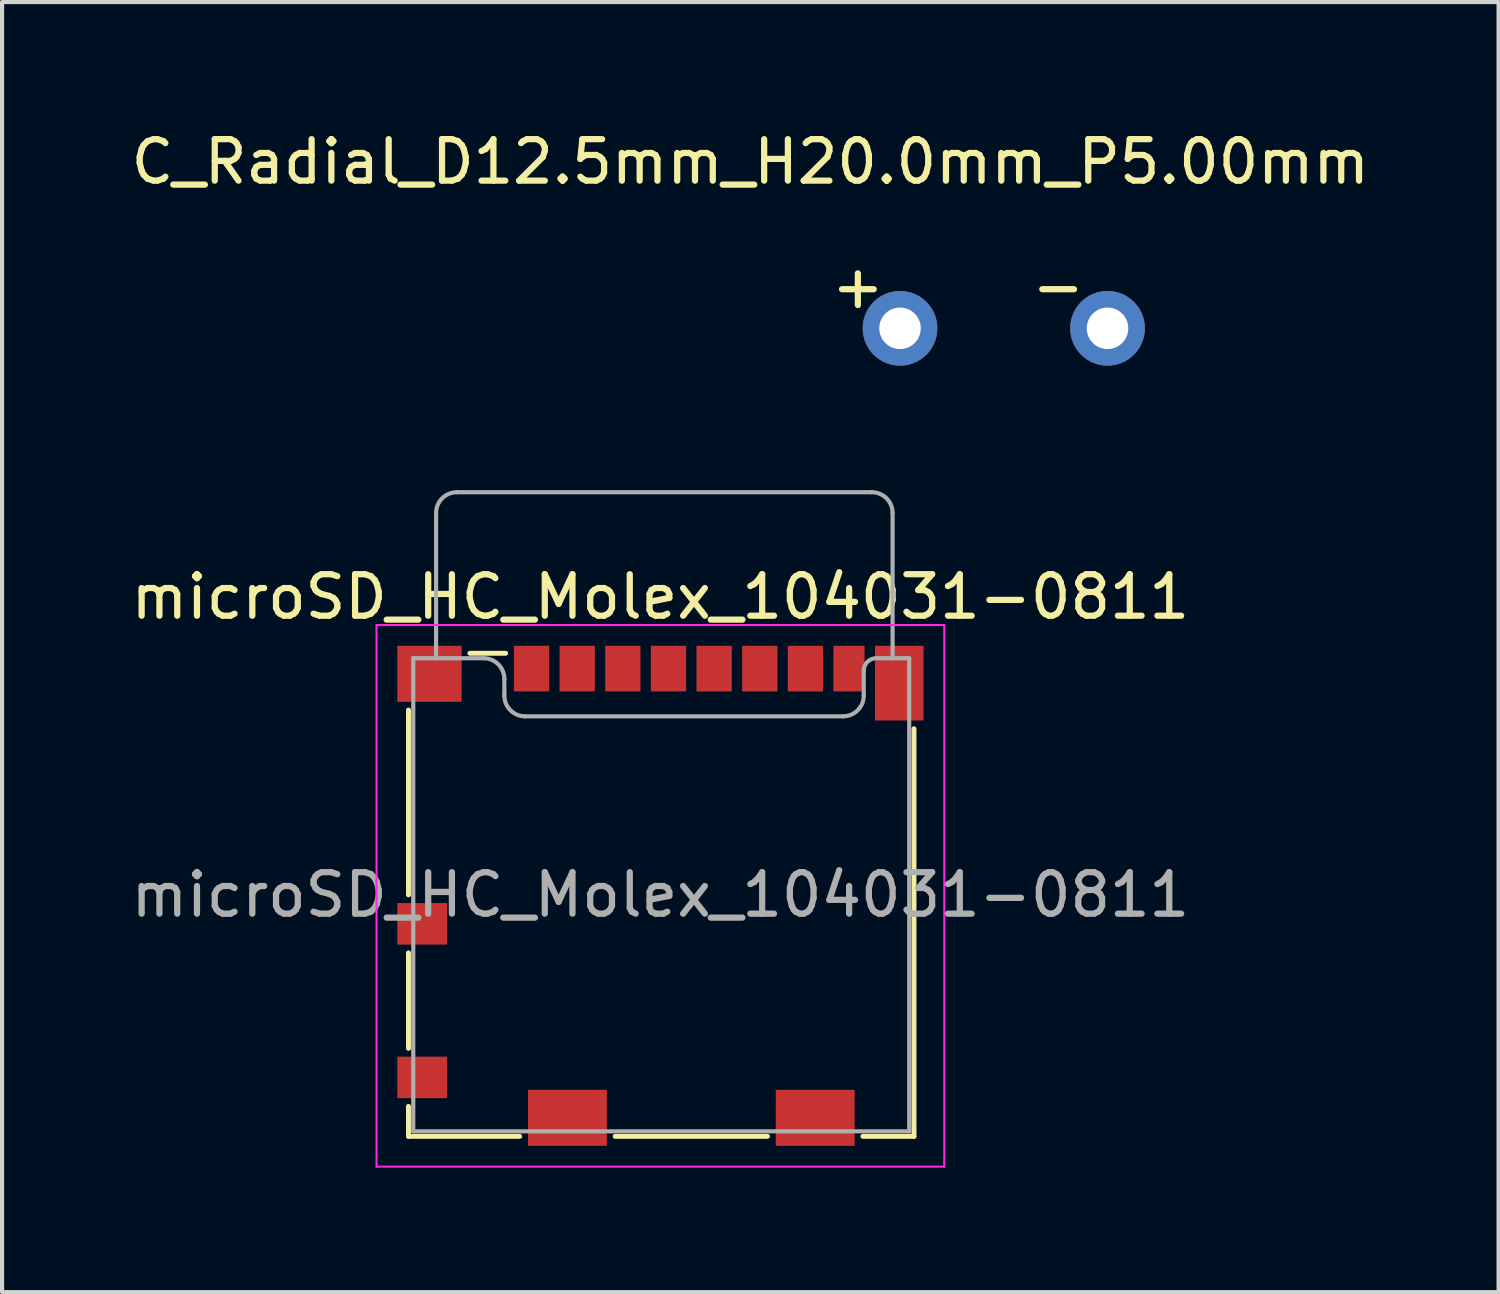
<source format=kicad_pcb>
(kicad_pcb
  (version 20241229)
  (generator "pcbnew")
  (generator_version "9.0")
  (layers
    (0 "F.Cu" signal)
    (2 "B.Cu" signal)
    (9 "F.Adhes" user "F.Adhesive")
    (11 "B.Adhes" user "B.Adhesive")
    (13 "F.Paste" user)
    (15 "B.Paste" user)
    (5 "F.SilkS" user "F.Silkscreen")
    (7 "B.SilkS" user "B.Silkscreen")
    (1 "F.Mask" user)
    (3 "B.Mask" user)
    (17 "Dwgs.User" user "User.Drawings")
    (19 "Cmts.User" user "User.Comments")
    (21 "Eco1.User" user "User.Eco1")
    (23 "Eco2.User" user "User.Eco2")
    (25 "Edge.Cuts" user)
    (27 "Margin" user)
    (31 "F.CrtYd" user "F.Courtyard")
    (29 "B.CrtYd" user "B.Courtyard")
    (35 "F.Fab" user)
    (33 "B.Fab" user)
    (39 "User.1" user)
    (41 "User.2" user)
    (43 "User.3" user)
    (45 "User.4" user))
  (footprint "C_Radial_D12.5mm_H20.0mm_P5.00mm"
    (layer "F.Cu")
    (at 18.637 4.861)
    (property "Reference" "C_Radial_D12.5mm_H20.0mm_P5.00mm" (at -3.607 -4.013 180) (layer "F.SilkS") (effects (font (size 1 1) (thickness 0.15))))
    (attr through_hole)
    (fp_text user "-" (at 3.81 -1.016 0) (unlocked yes) (layer "F.SilkS") (effects (font (size 1 1) (thickness 0.15))))
    (fp_text user "+" (at -1.016 -1.016 0) (unlocked yes) (layer "F.SilkS") (effects (font (size 1 1) (thickness 0.15))))
    (pad "1" thru_hole circle (at 0 0) (size 1.8 1.8) (drill 1) (layers "*.Cu" "*.Mask"))
    (pad "2" thru_hole circle (at 5 0) (size 1.8 1.8) (drill 1) (layers "*.Cu" "*.Mask")))
  (footprint "microSD_HC_Molex_104031-0811"
    (layer "F.Cu")
    (at 12.863 18.511)
    (property "Reference" "microSD_HC_Molex_104031-0811" (at 0 -7.18 0) (layer "F.SilkS") (effects (font (size 1 1) (thickness 0.15))))
    (attr smd)
    (fp_line (start -6.07 -4.45) (end -6.07 0) (stroke (width 0.12) (type solid)) (layer "F.SilkS"))
    (fp_line (start -6.07 1.4) (end -6.07 3.7) (stroke (width 0.12) (type solid)) (layer "F.SilkS"))
    (fp_line (start -6.07 5.1) (end -6.07 5.82) (stroke (width 0.12) (type solid)) (layer "F.SilkS"))
    (fp_line (start -6.07 5.82) (end -3.39 5.82) (stroke (width 0.12) (type solid)) (layer "F.SilkS"))
    (fp_line (start -4.59 -5.82) (end -3.73 -5.82) (stroke (width 0.12) (type solid)) (layer "F.SilkS"))
    (fp_line (start -1.09 5.82) (end 2.58 5.82) (stroke (width 0.12) (type solid)) (layer "F.SilkS"))
    (fp_line (start 4.88 5.82) (end 6.11 5.82) (stroke (width 0.12) (type solid)) (layer "F.SilkS"))
    (fp_line (start 6.11 5.82) (end 6.11 -4) (stroke (width 0.12) (type solid)) (layer "F.SilkS"))
    (fp_line (start -6.84 -6.5) (end 6.84 -6.5) (stroke (width 0.05) (type solid)) (layer "F.CrtYd"))
    (fp_line (start -6.84 6.55) (end -6.84 -6.5) (stroke (width 0.05) (type solid)) (layer "F.CrtYd"))
    (fp_line (start 6.84 -6.5) (end 6.84 6.55) (stroke (width 0.05) (type solid)) (layer "F.CrtYd"))
    (fp_line (start 6.84 6.55) (end -6.84 6.55) (stroke (width 0.05) (type solid)) (layer "F.CrtYd"))
    (fp_line (start -5.955 -5.7) (end -5.955 5.7) (stroke (width 0.1) (type solid)) (layer "F.Fab"))
    (fp_line (start -5.955 -5.7) (end -4.26 -5.7) (stroke (width 0.1) (type solid)) (layer "F.Fab"))
    (fp_line (start -5.405 -9.2) (end -5.405 -5.7) (stroke (width 0.1) (type solid)) (layer "F.Fab"))
    (fp_line (start -4.905 -9.7) (end 5.095 -9.7) (stroke (width 0.1) (type solid)) (layer "F.Fab"))
    (fp_line (start -3.76 -4.8) (end -3.76 -5.2) (stroke (width 0.1) (type solid)) (layer "F.Fab"))
    (fp_line (start 4.4 -4.3) (end -3.26 -4.3) (stroke (width 0.1) (type solid)) (layer "F.Fab"))
    (fp_line (start 4.9 -5.4) (end 4.9 -4.8) (stroke (width 0.1) (type solid)) (layer "F.Fab"))
    (fp_line (start 5.595 -5.7) (end 5.595 -9.2) (stroke (width 0.1) (type solid)) (layer "F.Fab"))
    (fp_line (start 5.995 -5.7) (end 5.21 -5.7) (stroke (width 0.1) (type solid)) (layer "F.Fab"))
    (fp_line (start 5.995 5.7) (end -5.955 5.7) (stroke (width 0.1) (type solid)) (layer "F.Fab"))
    (fp_line (start 5.995 5.7) (end 5.995 -5.7) (stroke (width 0.1) (type solid)) (layer "F.Fab"))
    (fp_arc (start -5.405 -9.2) (mid -5.258553 -9.553553) (end -4.905 -9.7) (stroke (width 0.1) (type solid)) (layer "F.Fab"))
    (fp_arc (start -4.26 -5.7) (mid -3.906447 -5.553553) (end -3.76 -5.2) (stroke (width 0.1) (type solid)) (layer "F.Fab"))
    (fp_arc (start -3.26 -4.3) (mid -3.613553 -4.446447) (end -3.76 -4.8) (stroke (width 0.1) (type solid)) (layer "F.Fab"))
    (fp_arc (start 4.9 -5.4) (mid 4.987868 -5.612132) (end 5.2 -5.7) (stroke (width 0.1) (type solid)) (layer "F.Fab"))
    (fp_arc (start 4.9 -4.8) (mid 4.753553 -4.446447) (end 4.4 -4.3) (stroke (width 0.1) (type solid)) (layer "F.Fab"))
    (fp_arc (start 5.095 -9.7) (mid 5.448553 -9.553553) (end 5.595 -9.2) (stroke (width 0.1) (type solid)) (layer "F.Fab"))
    (fp_text user "${REFERENCE}" (at 0 0 0) (layer "F.Fab") (effects (font (size 1 1) (thickness 0.15))))
    (pad "1" smd rect (at -3.105 -5.45) (size 0.85 1.1) (layers "F.Cu" "F.Mask" "F.Paste"))
    (pad "2" smd rect (at -2.005 -5.45) (size 0.85 1.1) (layers "F.Cu" "F.Mask" "F.Paste"))
    (pad "3" smd rect (at -0.905 -5.45) (size 0.85 1.1) (layers "F.Cu" "F.Mask" "F.Paste"))
    (pad "4" smd rect (at 0.195 -5.45) (size 0.85 1.1) (layers "F.Cu" "F.Mask" "F.Paste"))
    (pad "5" smd rect (at 1.295 -5.45) (size 0.85 1.1) (layers "F.Cu" "F.Mask" "F.Paste"))
    (pad "6" smd rect (at 2.395 -5.45) (size 0.85 1.1) (layers "F.Cu" "F.Mask" "F.Paste"))
    (pad "7" smd rect (at 3.495 -5.45) (size 0.85 1.1) (layers "F.Cu" "F.Mask" "F.Paste"))
    (pad "8" smd rect (at 4.545 -5.45) (size 0.75 1.1) (layers "F.Cu" "F.Mask" "F.Paste"))
    (pad "9" smd rect (at -5.74 0.7) (size 1.2 1) (layers "F.Cu" "F.Mask" "F.Paste"))
    (pad "10" smd rect (at -5.74 4.4) (size 1.2 1) (layers "F.Cu" "F.Mask" "F.Paste"))
    (pad "11" smd rect (at -5.565 -5.325) (size 1.55 1.35) (layers "F.Cu" "F.Mask" "F.Paste"))
    (pad "11" smd rect (at -2.24 5.375) (size 1.9 1.35) (layers "F.Cu" "F.Mask" "F.Paste"))
    (pad "11" smd rect (at 3.73 5.375) (size 1.9 1.35) (layers "F.Cu" "F.Mask" "F.Paste"))
    (pad "11" smd rect (at 5.755 -5.1) (size 1.17 1.8) (layers "F.Cu" "F.Mask" "F.Paste")))
  (gr_rect
    (start -3 -3)
    (end 33.06 28.086)
    (stroke (width 0.1) (type default))
    (fill no)
    (layer "Edge.Cuts")))
</source>
